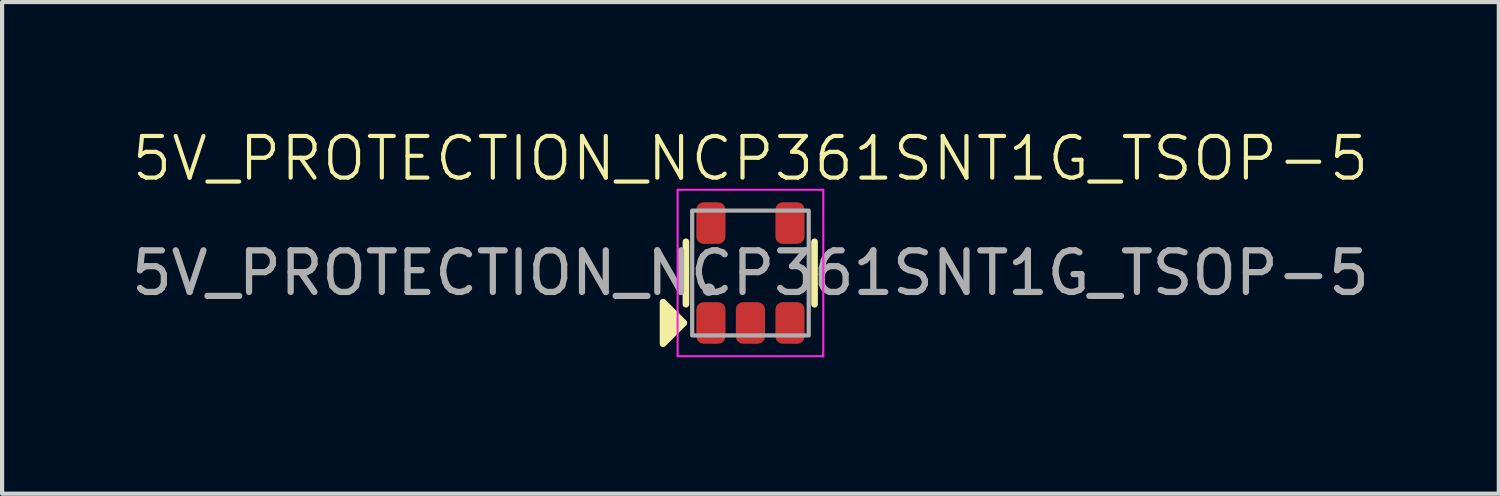
<source format=kicad_pcb>
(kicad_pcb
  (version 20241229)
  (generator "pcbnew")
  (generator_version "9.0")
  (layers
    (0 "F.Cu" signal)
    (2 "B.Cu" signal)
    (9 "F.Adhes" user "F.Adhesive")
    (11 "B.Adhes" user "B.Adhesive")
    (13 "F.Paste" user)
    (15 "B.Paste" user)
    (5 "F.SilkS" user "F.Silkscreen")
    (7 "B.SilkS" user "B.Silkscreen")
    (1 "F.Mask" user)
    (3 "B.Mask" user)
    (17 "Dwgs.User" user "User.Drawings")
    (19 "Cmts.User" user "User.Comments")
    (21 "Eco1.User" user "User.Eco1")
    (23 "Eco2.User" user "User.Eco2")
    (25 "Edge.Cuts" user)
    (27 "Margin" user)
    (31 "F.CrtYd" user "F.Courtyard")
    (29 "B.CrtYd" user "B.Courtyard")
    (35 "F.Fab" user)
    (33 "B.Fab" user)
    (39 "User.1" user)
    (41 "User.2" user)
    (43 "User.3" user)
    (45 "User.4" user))
  (footprint "5V_PROTECTION_NCP361SNT1G_TSOP-5"
    (layer "F.Cu")
    (at 14.982 3.51)
    (property "Reference" "5V_PROTECTION_NCP361SNT1G_TSOP-5" (at 0 -2.75 0) (unlocked yes) (layer "F.SilkS") (effects (font (size 1 1) (thickness 0.1))))
    (attr smd)
    (fp_line (start -1.55 0.75) (end -1.55 -0.75) (stroke (width 0.16) (type default)) (layer "F.SilkS"))
    (fp_line (start 1.54 0.75) (end 1.54 -0.75) (stroke (width 0.16) (type default)) (layer "F.SilkS"))
    (fp_poly (pts (xy -2.1 0.7) (xy -1.6 1.2) (xy -2.1 1.7)) (stroke (width 0.16) (type solid)) (fill yes) (layer "F.SilkS"))
    (fp_line (start -1.75 -2) (end 1.75 -2) (stroke (width 0.05) (type default)) (layer "F.CrtYd"))
    (fp_line (start -1.75 2) (end -1.75 -2) (stroke (width 0.05) (type default)) (layer "F.CrtYd"))
    (fp_line (start 1.75 -2) (end 1.75 2) (stroke (width 0.05) (type default)) (layer "F.CrtYd"))
    (fp_line (start 1.75 2) (end -1.75 2) (stroke (width 0.05) (type default)) (layer "F.CrtYd"))
    (fp_rect (start 1.4 1.5) (end -1.4 -1.5) (stroke (width 0.1) (type default)) (fill no) (layer "F.Fab"))
    (fp_circle (center -1 0.4) (end -1.1 0.4) (stroke (width 0.1) (type default)) (fill no) (layer "F.Fab"))
    (fp_text user "${REFERENCE}" (at 0 0 0) (unlocked yes) (layer "F.Fab") (effects (font (size 1 1) (thickness 0.15))))
    (dimension (type aligned) (layer "User.1") (pts (xy 15.932 4.71) (xy 14.032 4.71)) (height -1) (format (prefix "") (suffix "") (units 3) (units_format 1) (precision 4) (suppress_zeroes yes)) (style (thickness 0.01) (arrow_length 0.01) (text_position_mode 2) (arrow_direction outward) (extension_height 0) (extension_offset 0) (keep_text_aligned yes)) (gr_text "1.9 mm" (at 14.982 5.71 0) (layer "User.1") (effects (font (size 0.1 0.1) (thickness 0.15)))))
    (dimension (type aligned) (layer "User.1") (pts (xy 15.932 2.311) (xy 15.932 4.71)) (height -0.75) (format (prefix "") (suffix "") (units 3) (units_format 1) (precision 4) (suppress_zeroes yes)) (style (thickness 0.01) (arrow_length 0.01) (text_position_mode 2) (arrow_direction outward) (extension_height 0) (extension_offset 0) (keep_text_aligned yes)) (gr_text "2.4 mm" (at 16.702 3.51 90) (layer "User.1") (effects (font (size 0.1 0.1) (thickness 0.15)))))
    (dimension (type aligned) (layer "User.1") (pts (xy 16.282 4.21) (xy 16.282 5.21)) (height -0.1) (format (prefix "") (suffix "") (units 3) (units_format 1) (precision 4) (suppress_zeroes yes)) (style (thickness 0.01) (arrow_length 0.01) (text_position_mode 2) (arrow_direction outward) (extension_height 0) (extension_offset 0) (keep_text_aligned yes)) (gr_text "1 mm" (at 16.382 4.71 90) (layer "User.1") (effects (font (size 0.1 0.1) (thickness 0.15)))))
    (dimension (type aligned) (layer "User.1") (pts (xy 16.282 5.21) (xy 15.582 5.21)) (height -0.1) (format (prefix "") (suffix "") (units 3) (units_format 1) (precision 4) (suppress_zeroes yes)) (style (thickness 0.01) (arrow_length 0.01) (text_position_mode 2) (arrow_direction outward) (extension_height 0) (extension_offset 0) (keep_text_aligned yes)) (gr_text "0.7 mm" (at 15.982 5.41 0) (layer "User.1") (effects (font (size 0.1 0.1) (thickness 0.15)))))
    (pad "1" smd roundrect (at -0.95 1.2 180) (size 0.7 1) (layers "F.Cu" "F.Mask" "F.Paste") (roundrect_rratio 0.25))
    (pad "2" smd roundrect (at -0.000417 1.2 180) (size 0.7 1) (layers "F.Cu" "F.Mask" "F.Paste") (roundrect_rratio 0.25))
    (pad "3" smd roundrect (at 0.95 1.2 180) (size 0.7 1) (layers "F.Cu" "F.Mask" "F.Paste") (roundrect_rratio 0.25))
    (pad "4" smd roundrect (at 0.95 -1.2 180) (size 0.7 1) (layers "F.Cu" "F.Mask" "F.Paste") (roundrect_rratio 0.25))
    (pad "5" smd roundrect (at -0.95 -1.2 180) (size 0.7 1) (layers "F.Cu" "F.Mask" "F.Paste") (roundrect_rratio 0.25)))
  (gr_rect
    (start -3 -3)
    (end 32.964 8.813)
    (stroke (width 0.1) (type default))
    (fill no)
    (layer "Edge.Cuts")))
</source>
